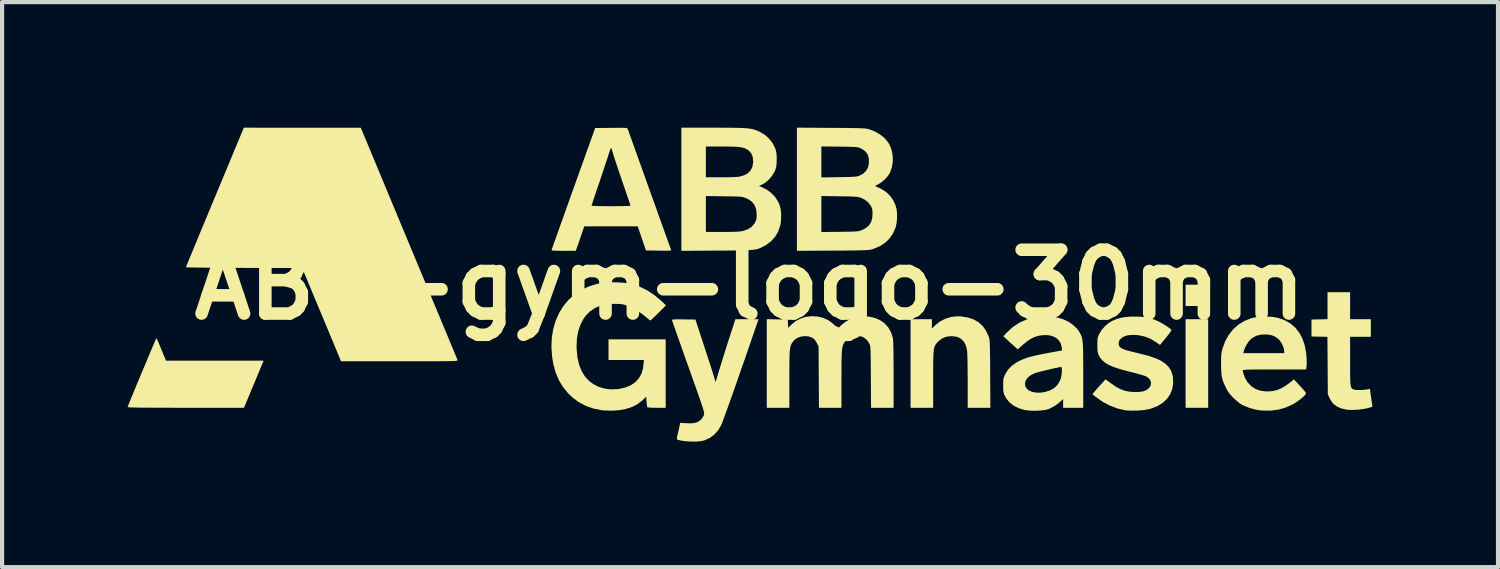
<source format=kicad_pcb>
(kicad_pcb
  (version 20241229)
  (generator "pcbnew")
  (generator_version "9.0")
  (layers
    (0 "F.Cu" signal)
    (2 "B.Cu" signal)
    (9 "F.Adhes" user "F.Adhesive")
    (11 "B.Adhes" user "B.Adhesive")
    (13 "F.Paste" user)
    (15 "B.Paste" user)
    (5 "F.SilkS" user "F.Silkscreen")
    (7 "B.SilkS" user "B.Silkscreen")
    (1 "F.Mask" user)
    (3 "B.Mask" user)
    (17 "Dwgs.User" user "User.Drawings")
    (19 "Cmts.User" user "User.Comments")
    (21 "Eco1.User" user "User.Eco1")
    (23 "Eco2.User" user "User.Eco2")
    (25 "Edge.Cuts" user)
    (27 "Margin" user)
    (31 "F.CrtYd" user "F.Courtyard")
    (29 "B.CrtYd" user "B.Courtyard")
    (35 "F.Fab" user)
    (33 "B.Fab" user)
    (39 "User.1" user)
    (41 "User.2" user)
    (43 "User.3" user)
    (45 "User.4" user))
  (footprint "ABB-gym-logo-30mm"
    (layer "F.Cu")
    (at 14.865 3.752)
    (property "Reference" "ABB-gym-logo-30mm" (at 0 0 0) (layer "F.SilkS") (effects (font (size 1.524 1.524) (thickness 0.3))))
    (attr board_only exclude_from_pos_files exclude_from_bom)
    (fp_poly (pts (xy 10.952 0.51) (xy 10.412 0.51) (xy 10.412 0) (xy 10.952 0)) (stroke (width 0) (type solid)) (fill yes) (layer "F.SilkS"))
    (fp_poly (pts (xy 10.952 2.941) (xy 10.412 2.941) (xy 10.412 0.825) (xy 10.952 0.825)) (stroke (width 0) (type solid)) (fill yes) (layer "F.SilkS"))
    (fp_poly (pts (xy -14.17 1.289) (xy -14.153 1.326) (xy -14.128 1.382) (xy -14.098 1.453) (xy -14.064 1.535) (xy -14.06 1.546) (xy -13.949 1.815) (xy -11.616 1.815) (xy -11.85 2.378) (xy -12.085 2.941) (xy -13.477 2.941) (xy -13.718 2.941) (xy -13.93 2.94) (xy -14.115 2.94) (xy -14.276 2.939) (xy -14.413 2.939) (xy -14.528 2.938) (xy -14.623 2.937) (xy -14.7 2.935) (xy -14.76 2.933) (xy -14.804 2.931) (xy -14.836 2.929) (xy -14.855 2.926) (xy -14.864 2.923) (xy -14.865 2.92) (xy -14.858 2.901) (xy -14.841 2.857) (xy -14.815 2.792) (xy -14.781 2.709) (xy -14.74 2.611) (xy -14.695 2.5) (xy -14.645 2.38) (xy -14.592 2.254) (xy -14.538 2.124) (xy -14.483 1.993) (xy -14.429 1.865) (xy -14.378 1.742) (xy -14.33 1.628) (xy -14.286 1.524) (xy -14.248 1.435) (xy -14.217 1.363) (xy -14.194 1.311) (xy -14.181 1.281) (xy -14.178 1.276)) (stroke (width 0) (type solid)) (fill yes) (layer "F.SilkS"))
    (fp_poly (pts (xy 14.343 0.825) (xy 14.838 0.825) (xy 14.838 1.245) (xy 14.343 1.245) (xy 14.343 1.824) (xy 14.343 1.979) (xy 14.343 2.108) (xy 14.345 2.212) (xy 14.347 2.295) (xy 14.351 2.359) (xy 14.357 2.407) (xy 14.365 2.441) (xy 14.376 2.466) (xy 14.39 2.482) (xy 14.407 2.494) (xy 14.428 2.504) (xy 14.433 2.505) (xy 14.47 2.513) (xy 14.528 2.517) (xy 14.597 2.516) (xy 14.67 2.512) (xy 14.738 2.505) (xy 14.778 2.497) (xy 14.816 2.488) (xy 14.876 2.914) (xy 14.839 2.928) (xy 14.763 2.95) (xy 14.667 2.969) (xy 14.56 2.983) (xy 14.452 2.991) (xy 14.351 2.993) (xy 14.268 2.988) (xy 14.259 2.986) (xy 14.132 2.957) (xy 14.028 2.911) (xy 13.945 2.848) (xy 13.881 2.764) (xy 13.854 2.713) (xy 13.81 2.618) (xy 13.806 1.932) (xy 13.801 1.246) (xy 13.611 1.242) (xy 13.42 1.238) (xy 13.42 0.833) (xy 13.611 0.828) (xy 13.803 0.824) (xy 13.803 0.18) (xy 14.343 0.18)) (stroke (width 0) (type solid)) (fill yes) (layer "F.SilkS"))
    (fp_poly (pts (xy 5.047 0.758) (xy 5.207 0.783) (xy 5.346 0.829) (xy 5.464 0.896) (xy 5.563 0.985) (xy 5.642 1.097) (xy 5.704 1.231) (xy 5.704 1.232) (xy 5.712 1.253) (xy 5.718 1.274) (xy 5.723 1.297) (xy 5.728 1.325) (xy 5.731 1.36) (xy 5.734 1.404) (xy 5.736 1.462) (xy 5.738 1.535) (xy 5.739 1.625) (xy 5.741 1.737) (xy 5.742 1.871) (xy 5.743 2.032) (xy 5.743 2.134) (xy 5.748 2.941) (xy 5.206 2.941) (xy 5.206 2.307) (xy 5.205 2.167) (xy 5.204 2.034) (xy 5.203 1.909) (xy 5.201 1.798) (xy 5.198 1.704) (xy 5.195 1.631) (xy 5.192 1.583) (xy 5.191 1.571) (xy 5.167 1.466) (xy 5.129 1.384) (xy 5.074 1.317) (xy 5.065 1.308) (xy 5.006 1.268) (xy 4.937 1.243) (xy 4.85 1.232) (xy 4.801 1.23) (xy 4.691 1.244) (xy 4.594 1.284) (xy 4.506 1.353) (xy 4.491 1.369) (xy 4.466 1.396) (xy 4.446 1.422) (xy 4.429 1.449) (xy 4.415 1.481) (xy 4.404 1.52) (xy 4.396 1.568) (xy 4.39 1.629) (xy 4.386 1.706) (xy 4.383 1.8) (xy 4.382 1.916) (xy 4.381 2.055) (xy 4.381 2.221) (xy 4.381 2.268) (xy 4.381 2.941) (xy 3.841 2.941) (xy 3.841 0.825) (xy 4.351 0.825) (xy 4.351 1.048) (xy 4.433 0.967) (xy 4.545 0.878) (xy 4.674 0.812) (xy 4.815 0.77) (xy 4.964 0.755)) (stroke (width 0) (type solid)) (fill yes) (layer "F.SilkS"))
    (fp_poly (pts (xy -9.294 -3.75) (xy -8.631 -2.156) (xy -8.532 -1.918) (xy -8.427 -1.667) (xy -8.319 -1.406) (xy -8.208 -1.141) (xy -8.097 -0.874) (xy -7.987 -0.61) (xy -7.879 -0.352) (xy -7.776 -0.105) (xy -7.679 0.128) (xy -7.59 0.342) (xy -7.51 0.534) (xy -7.48 0.605) (xy -7.406 0.782) (xy -7.335 0.953) (xy -7.268 1.114) (xy -7.206 1.262) (xy -7.15 1.398) (xy -7.1 1.517) (xy -7.059 1.618) (xy -7.025 1.699) (xy -7.001 1.758) (xy -6.987 1.793) (xy -6.984 1.801) (xy -6.983 1.806) (xy -6.984 1.81) (xy -6.989 1.814) (xy -7.001 1.817) (xy -7.02 1.82) (xy -7.049 1.823) (xy -7.089 1.825) (xy -7.142 1.826) (xy -7.209 1.827) (xy -7.294 1.828) (xy -7.397 1.829) (xy -7.52 1.83) (xy -7.665 1.83) (xy -7.834 1.83) (xy -8.029 1.83) (xy -8.251 1.83) (xy -8.371 1.83) (xy -9.768 1.83) (xy -9.781 1.797) (xy -9.789 1.778) (xy -9.807 1.733) (xy -9.835 1.665) (xy -9.872 1.577) (xy -9.917 1.469) (xy -9.969 1.344) (xy -10.027 1.205) (xy -10.09 1.054) (xy -10.157 0.892) (xy -10.228 0.722) (xy -10.245 0.683) (xy -10.695 -0.398) (xy -12.084 -0.401) (xy -12.285 -0.402) (xy -12.478 -0.403) (xy -12.659 -0.404) (xy -12.828 -0.405) (xy -12.982 -0.407) (xy -13.119 -0.408) (xy -13.236 -0.41) (xy -13.332 -0.411) (xy -13.405 -0.413) (xy -13.453 -0.414) (xy -13.472 -0.416) (xy -13.473 -0.416) (xy -13.467 -0.431) (xy -13.451 -0.472) (xy -13.424 -0.538) (xy -13.388 -0.626) (xy -13.343 -0.734) (xy -13.29 -0.862) (xy -13.23 -1.007) (xy -13.164 -1.168) (xy -13.091 -1.344) (xy -13.013 -1.531) (xy -12.931 -1.729) (xy -12.845 -1.936) (xy -12.781 -2.089) (xy -12.089 -3.751)) (stroke (width 0) (type solid)) (fill yes) (layer "F.SilkS"))
    (fp_poly (pts (xy 0.166 0.949) (xy 0.088 1.175) (xy 0.011 1.4) (xy -0.066 1.622) (xy -0.141 1.839) (xy -0.215 2.049) (xy -0.285 2.251) (xy -0.352 2.441) (xy -0.415 2.62) (xy -0.473 2.783) (xy -0.525 2.93) (xy -0.572 3.059) (xy -0.611 3.168) (xy -0.643 3.254) (xy -0.667 3.316) (xy -0.681 3.352) (xy -0.683 3.356) (xy -0.759 3.482) (xy -0.852 3.585) (xy -0.961 3.664) (xy -1.082 3.718) (xy -1.154 3.736) (xy -1.234 3.745) (xy -1.333 3.749) (xy -1.44 3.747) (xy -1.543 3.739) (xy -1.615 3.729) (xy -1.67 3.718) (xy -1.714 3.708) (xy -1.737 3.7) (xy -1.738 3.7) (xy -1.744 3.679) (xy -1.738 3.634) (xy -1.733 3.612) (xy -1.719 3.557) (xy -1.703 3.487) (xy -1.688 3.418) (xy -1.688 3.417) (xy -1.662 3.301) (xy -1.515 3.31) (xy -1.409 3.313) (xy -1.325 3.306) (xy -1.259 3.287) (xy -1.203 3.254) (xy -1.168 3.224) (xy -1.132 3.179) (xy -1.103 3.13) (xy -1.095 3.11) (xy -1.092 3.099) (xy -1.091 3.086) (xy -1.091 3.069) (xy -1.095 3.047) (xy -1.102 3.017) (xy -1.112 2.978) (xy -1.128 2.928) (xy -1.149 2.864) (xy -1.175 2.786) (xy -1.209 2.689) (xy -1.249 2.574) (xy -1.297 2.438) (xy -1.354 2.279) (xy -1.419 2.094) (xy -1.469 1.955) (xy -1.531 1.781) (xy -1.59 1.615) (xy -1.645 1.46) (xy -1.695 1.317) (xy -1.741 1.188) (xy -1.78 1.077) (xy -1.812 0.984) (xy -1.837 0.913) (xy -1.853 0.865) (xy -1.86 0.842) (xy -1.86 0.841) (xy -1.848 0.835) (xy -1.811 0.83) (xy -1.747 0.828) (xy -1.656 0.828) (xy -1.579 0.829) (xy -1.299 0.833) (xy -1.093 1.463) (xy -1.048 1.599) (xy -1.005 1.731) (xy -0.965 1.854) (xy -0.929 1.965) (xy -0.899 2.061) (xy -0.874 2.138) (xy -0.857 2.192) (xy -0.852 2.211) (xy -0.817 2.328) (xy -0.714 1.985) (xy -0.679 1.872) (xy -0.638 1.739) (xy -0.593 1.595) (xy -0.547 1.45) (xy -0.503 1.312) (xy -0.477 1.234) (xy -0.344 0.825) (xy 0.208 0.825)) (stroke (width 0) (type solid)) (fill yes) (layer "F.SilkS"))
    (fp_poly (pts (xy 1.618 0.76) (xy 1.749 0.791) (xy 1.87 0.845) (xy 1.976 0.922) (xy 2.018 0.962) (xy 2.052 1.001) (xy 2.069 1.025) (xy 2.09 1.064) (xy 2.174 0.978) (xy 2.287 0.885) (xy 2.414 0.816) (xy 2.553 0.772) (xy 2.701 0.755) (xy 2.853 0.764) (xy 2.989 0.795) (xy 3.115 0.849) (xy 3.223 0.926) (xy 3.31 1.023) (xy 3.376 1.14) (xy 3.418 1.275) (xy 3.42 1.289) (xy 3.424 1.322) (xy 3.427 1.383) (xy 3.43 1.47) (xy 3.432 1.58) (xy 3.434 1.711) (xy 3.435 1.861) (xy 3.436 2.027) (xy 3.436 2.155) (xy 3.436 2.941) (xy 2.897 2.941) (xy 2.892 2.209) (xy 2.891 2.042) (xy 2.89 1.902) (xy 2.889 1.786) (xy 2.888 1.693) (xy 2.886 1.618) (xy 2.884 1.56) (xy 2.881 1.516) (xy 2.878 1.482) (xy 2.873 1.457) (xy 2.868 1.437) (xy 2.861 1.42) (xy 2.857 1.41) (xy 2.815 1.343) (xy 2.76 1.287) (xy 2.699 1.248) (xy 2.663 1.237) (xy 2.59 1.231) (xy 2.509 1.235) (xy 2.432 1.249) (xy 2.38 1.267) (xy 2.335 1.298) (xy 2.291 1.34) (xy 2.279 1.355) (xy 2.259 1.383) (xy 2.242 1.41) (xy 2.229 1.439) (xy 2.218 1.473) (xy 2.209 1.514) (xy 2.203 1.565) (xy 2.198 1.63) (xy 2.194 1.71) (xy 2.192 1.809) (xy 2.191 1.929) (xy 2.191 2.074) (xy 2.19 2.246) (xy 2.19 2.941) (xy 1.652 2.941) (xy 1.643 1.476) (xy 1.598 1.388) (xy 1.564 1.331) (xy 1.529 1.292) (xy 1.487 1.265) (xy 1.404 1.236) (xy 1.314 1.228) (xy 1.223 1.24) (xy 1.138 1.27) (xy 1.068 1.317) (xy 1.028 1.363) (xy 1.009 1.391) (xy 0.994 1.419) (xy 0.981 1.448) (xy 0.971 1.482) (xy 0.963 1.523) (xy 0.956 1.574) (xy 0.952 1.638) (xy 0.949 1.718) (xy 0.947 1.817) (xy 0.946 1.937) (xy 0.945 2.082) (xy 0.945 2.253) (xy 0.945 2.941) (xy 0.405 2.941) (xy 0.405 0.824) (xy 0.656 0.829) (xy 0.908 0.833) (xy 0.916 1.032) (xy 0.998 0.95) (xy 1.102 0.867) (xy 1.221 0.806) (xy 1.35 0.767) (xy 1.484 0.752)) (stroke (width 0) (type solid)) (fill yes) (layer "F.SilkS"))
    (fp_poly (pts (xy -3.173 -0.056) (xy -3.048 -0.049) (xy -2.933 -0.036) (xy -2.836 -0.019) (xy -2.822 -0.016) (xy -2.638 0.045) (xy -2.456 0.133) (xy -2.281 0.248) (xy -2.12 0.383) (xy -2.003 0.493) (xy -2.183 0.674) (xy -2.243 0.734) (xy -2.296 0.785) (xy -2.338 0.825) (xy -2.366 0.849) (xy -2.376 0.855) (xy -2.392 0.846) (xy -2.424 0.821) (xy -2.465 0.786) (xy -2.466 0.785) (xy -2.562 0.707) (xy -2.673 0.631) (xy -2.788 0.565) (xy -2.897 0.514) (xy -2.925 0.504) (xy -2.98 0.485) (xy -3.025 0.472) (xy -3.07 0.464) (xy -3.122 0.46) (xy -3.189 0.459) (xy -3.256 0.459) (xy -3.345 0.46) (xy -3.412 0.463) (xy -3.464 0.469) (xy -3.51 0.479) (xy -3.555 0.494) (xy -3.699 0.557) (xy -3.819 0.638) (xy -3.919 0.74) (xy -3.973 0.814) (xy -4.047 0.956) (xy -4.099 1.11) (xy -4.13 1.279) (xy -4.139 1.467) (xy -4.136 1.551) (xy -4.117 1.745) (xy -4.077 1.917) (xy -4.017 2.067) (xy -3.937 2.196) (xy -3.836 2.304) (xy -3.744 2.373) (xy -3.618 2.438) (xy -3.476 2.481) (xy -3.323 2.501) (xy -3.166 2.496) (xy -3.133 2.492) (xy -2.981 2.459) (xy -2.849 2.406) (xy -2.741 2.333) (xy -2.654 2.241) (xy -2.591 2.131) (xy -2.552 2.002) (xy -2.54 1.909) (xy -2.531 1.8) (xy -3.376 1.8) (xy -3.376 1.305) (xy -2.01 1.305) (xy -2.01 2.941) (xy -2.228 2.941) (xy -2.321 2.94) (xy -2.386 2.937) (xy -2.427 2.933) (xy -2.448 2.926) (xy -2.452 2.922) (xy -2.456 2.898) (xy -2.462 2.854) (xy -2.467 2.798) (xy -2.468 2.791) (xy -2.477 2.678) (xy -2.563 2.761) (xy -2.679 2.851) (xy -2.812 2.921) (xy -2.966 2.971) (xy -3.14 3) (xy -3.256 3.008) (xy -3.338 3.009) (xy -3.422 3.007) (xy -3.495 3.003) (xy -3.533 3) (xy -3.733 2.96) (xy -3.914 2.898) (xy -4.079 2.812) (xy -4.229 2.702) (xy -4.337 2.599) (xy -4.461 2.448) (xy -4.562 2.281) (xy -4.64 2.097) (xy -4.695 1.893) (xy -4.724 1.718) (xy -4.74 1.486) (xy -4.73 1.265) (xy -4.696 1.056) (xy -4.638 0.86) (xy -4.558 0.678) (xy -4.456 0.513) (xy -4.334 0.366) (xy -4.192 0.238) (xy -4.032 0.13) (xy -3.854 0.045) (xy -3.66 -0.017) (xy -3.512 -0.046) (xy -3.414 -0.055) (xy -3.298 -0.058)) (stroke (width 0) (type solid)) (fill yes) (layer "F.SilkS"))
    (fp_poly (pts (xy 12.509 0.772) (xy 12.62 0.793) (xy 12.622 0.793) (xy 12.779 0.849) (xy 12.916 0.926) (xy 13.033 1.026) (xy 13.129 1.148) (xy 13.205 1.29) (xy 13.26 1.454) (xy 13.294 1.639) (xy 13.303 1.74) (xy 13.306 1.813) (xy 13.306 1.883) (xy 13.303 1.939) (xy 13.301 1.955) (xy 13.291 2.025) (xy 12.534 2.025) (xy 12.361 2.026) (xy 12.215 2.026) (xy 12.095 2.027) (xy 11.998 2.028) (xy 11.922 2.029) (xy 11.865 2.031) (xy 11.824 2.034) (xy 11.798 2.037) (xy 11.783 2.041) (xy 11.777 2.045) (xy 11.777 2.046) (xy 11.785 2.092) (xy 11.804 2.154) (xy 11.831 2.221) (xy 11.863 2.284) (xy 11.893 2.332) (xy 11.982 2.425) (xy 12.085 2.492) (xy 12.203 2.534) (xy 12.337 2.55) (xy 12.362 2.551) (xy 12.484 2.543) (xy 12.595 2.518) (xy 12.703 2.474) (xy 12.813 2.407) (xy 12.904 2.339) (xy 13 2.263) (xy 13.124 2.395) (xy 13.189 2.465) (xy 13.235 2.516) (xy 13.265 2.553) (xy 13.281 2.579) (xy 13.287 2.598) (xy 13.284 2.613) (xy 13.282 2.617) (xy 13.258 2.646) (xy 13.216 2.686) (xy 13.161 2.731) (xy 13.099 2.778) (xy 13.038 2.82) (xy 12.993 2.848) (xy 12.818 2.93) (xy 12.637 2.984) (xy 12.447 3.009) (xy 12.247 3.007) (xy 12.162 2.999) (xy 12.052 2.977) (xy 11.933 2.942) (xy 11.819 2.898) (xy 11.747 2.862) (xy 11.7 2.83) (xy 11.642 2.784) (xy 11.582 2.731) (xy 11.551 2.702) (xy 11.485 2.631) (xy 11.435 2.566) (xy 11.392 2.495) (xy 11.375 2.46) (xy 11.334 2.373) (xy 11.304 2.296) (xy 11.283 2.222) (xy 11.27 2.143) (xy 11.263 2.052) (xy 11.26 1.941) (xy 11.26 1.89) (xy 11.261 1.792) (xy 11.263 1.716) (xy 11.267 1.656) (xy 11.27 1.635) (xy 11.792 1.635) (xy 12.768 1.635) (xy 12.768 1.578) (xy 12.758 1.522) (xy 12.733 1.455) (xy 12.699 1.387) (xy 12.659 1.328) (xy 12.63 1.298) (xy 12.558 1.246) (xy 12.484 1.212) (xy 12.399 1.194) (xy 12.332 1.189) (xy 12.208 1.193) (xy 12.101 1.221) (xy 12.007 1.273) (xy 11.962 1.309) (xy 11.915 1.364) (xy 11.868 1.436) (xy 11.828 1.514) (xy 11.803 1.586) (xy 11.801 1.594) (xy 11.792 1.635) (xy 11.27 1.635) (xy 11.275 1.606) (xy 11.285 1.558) (xy 11.295 1.524) (xy 11.358 1.352) (xy 11.443 1.199) (xy 11.549 1.066) (xy 11.674 0.955) (xy 11.817 0.867) (xy 11.977 0.803) (xy 12.013 0.793) (xy 12.122 0.772) (xy 12.249 0.762) (xy 12.381 0.762)) (stroke (width 0) (type solid)) (fill yes) (layer "F.SilkS"))
    (fp_poly (pts (xy -3.036 -3.748) (xy -2.987 -3.747) (xy -2.955 -3.744) (xy -2.935 -3.739) (xy -2.924 -3.733) (xy -2.919 -3.725) (xy -2.919 -3.725) (xy -2.912 -3.707) (xy -2.896 -3.663) (xy -2.872 -3.595) (xy -2.839 -3.504) (xy -2.799 -3.393) (xy -2.753 -3.263) (xy -2.7 -3.117) (xy -2.643 -2.956) (xy -2.58 -2.782) (xy -2.514 -2.597) (xy -2.445 -2.403) (xy -2.401 -2.28) (xy -2.33 -2.082) (xy -2.261 -1.892) (xy -2.197 -1.711) (xy -2.136 -1.542) (xy -2.08 -1.386) (xy -2.03 -1.246) (xy -1.986 -1.123) (xy -1.949 -1.019) (xy -1.919 -0.937) (xy -1.898 -0.878) (xy -1.885 -0.844) (xy -1.882 -0.836) (xy -1.881 -0.827) (xy -1.885 -0.821) (xy -1.901 -0.816) (xy -1.93 -0.813) (xy -1.977 -0.812) (xy -2.046 -0.812) (xy -2.139 -0.813) (xy -2.177 -0.814) (xy -2.481 -0.818) (xy -2.58 -1.106) (xy -2.678 -1.395) (xy -3.317 -1.395) (xy -3.955 -1.395) (xy -4.028 -1.181) (xy -4.056 -1.099) (xy -4.083 -1.019) (xy -4.107 -0.95) (xy -4.125 -0.9) (xy -4.129 -0.889) (xy -4.158 -0.81) (xy -4.45 -0.81) (xy -4.551 -0.81) (xy -4.625 -0.811) (xy -4.677 -0.813) (xy -4.71 -0.816) (xy -4.728 -0.82) (xy -4.735 -0.827) (xy -4.735 -0.835) (xy -4.734 -0.836) (xy -4.728 -0.854) (xy -4.713 -0.898) (xy -4.688 -0.966) (xy -4.656 -1.057) (xy -4.616 -1.168) (xy -4.57 -1.298) (xy -4.518 -1.445) (xy -4.46 -1.606) (xy -4.397 -1.781) (xy -4.359 -1.889) (xy -3.781 -1.889) (xy -3.766 -1.885) (xy -3.725 -1.882) (xy -3.659 -1.88) (xy -3.573 -1.877) (xy -3.468 -1.876) (xy -3.349 -1.875) (xy -3.316 -1.875) (xy -3.201 -1.876) (xy -3.097 -1.877) (xy -3.006 -1.879) (xy -2.933 -1.881) (xy -2.881 -1.884) (xy -2.854 -1.887) (xy -2.851 -1.888) (xy -2.855 -1.905) (xy -2.869 -1.947) (xy -2.89 -2.01) (xy -2.918 -2.092) (xy -2.951 -2.189) (xy -2.988 -2.298) (xy -3.023 -2.399) (xy -3.066 -2.525) (xy -3.109 -2.649) (xy -3.149 -2.768) (xy -3.185 -2.876) (xy -3.216 -2.969) (xy -3.239 -3.041) (xy -3.249 -3.073) (xy -3.27 -3.143) (xy -3.289 -3.203) (xy -3.303 -3.248) (xy -3.31 -3.271) (xy -3.31 -3.271) (xy -3.317 -3.265) (xy -3.331 -3.235) (xy -3.35 -3.186) (xy -3.372 -3.12) (xy -3.383 -3.083) (xy -3.405 -3.016) (xy -3.434 -2.926) (xy -3.47 -2.819) (xy -3.51 -2.699) (xy -3.552 -2.573) (xy -3.595 -2.446) (xy -3.615 -2.388) (xy -3.654 -2.273) (xy -3.69 -2.167) (xy -3.721 -2.073) (xy -3.747 -1.995) (xy -3.766 -1.936) (xy -3.778 -1.9) (xy -3.781 -1.889) (xy -4.359 -1.889) (xy -4.331 -1.966) (xy -4.262 -2.161) (xy -4.211 -2.303) (xy -3.695 -3.743) (xy -3.312 -3.747) (xy -3.195 -3.748) (xy -3.104 -3.749)) (stroke (width 0) (type solid)) (fill yes) (layer "F.SilkS"))
    (fp_poly (pts (xy -0.682 -3.751) (xy -0.521 -3.75) (xy -0.384 -3.749) (xy -0.27 -3.747) (xy -0.174 -3.743) (xy -0.094 -3.739) (xy -0.027 -3.732) (xy 0.03 -3.724) (xy 0.078 -3.713) (xy 0.122 -3.701) (xy 0.164 -3.685) (xy 0.207 -3.667) (xy 0.237 -3.653) (xy 0.357 -3.582) (xy 0.461 -3.49) (xy 0.545 -3.382) (xy 0.605 -3.263) (xy 0.63 -3.179) (xy 0.639 -3.12) (xy 0.643 -3.043) (xy 0.643 -2.96) (xy 0.643 -2.947) (xy 0.638 -2.871) (xy 0.631 -2.815) (xy 0.618 -2.767) (xy 0.598 -2.716) (xy 0.589 -2.696) (xy 0.529 -2.596) (xy 0.451 -2.506) (xy 0.361 -2.432) (xy 0.3 -2.397) (xy 0.218 -2.358) (xy 0.263 -2.341) (xy 0.4 -2.274) (xy 0.518 -2.187) (xy 0.615 -2.082) (xy 0.688 -1.962) (xy 0.722 -1.874) (xy 0.74 -1.788) (xy 0.749 -1.684) (xy 0.748 -1.573) (xy 0.738 -1.467) (xy 0.727 -1.412) (xy 0.679 -1.272) (xy 0.606 -1.147) (xy 0.51 -1.039) (xy 0.393 -0.951) (xy 0.352 -0.928) (xy 0.31 -0.906) (xy 0.273 -0.887) (xy 0.237 -0.871) (xy 0.201 -0.858) (xy 0.161 -0.847) (xy 0.114 -0.839) (xy 0.059 -0.832) (xy -0.007 -0.827) (xy -0.088 -0.823) (xy -0.186 -0.82) (xy -0.303 -0.818) (xy -0.442 -0.816) (xy -0.607 -0.815) (xy -0.784 -0.814) (xy -1.635 -0.809) (xy -1.635 -2.118) (xy -1.05 -2.118) (xy -1.05 -1.26) (xy -0.659 -1.26) (xy -0.527 -1.261) (xy -0.42 -1.262) (xy -0.335 -1.265) (xy -0.268 -1.269) (xy -0.215 -1.275) (xy -0.171 -1.282) (xy -0.164 -1.284) (xy -0.051 -1.322) (xy 0.039 -1.378) (xy 0.106 -1.454) (xy 0.124 -1.485) (xy 0.147 -1.534) (xy 0.159 -1.58) (xy 0.164 -1.635) (xy 0.165 -1.678) (xy 0.153 -1.794) (xy 0.119 -1.892) (xy 0.06 -1.972) (xy -0.024 -2.035) (xy -0.1 -2.072) (xy -0.127 -2.082) (xy -0.154 -2.09) (xy -0.184 -2.096) (xy -0.222 -2.101) (xy -0.272 -2.104) (xy -0.337 -2.107) (xy -0.421 -2.109) (xy -0.529 -2.111) (xy -0.619 -2.112) (xy -1.05 -2.118) (xy -1.635 -2.118) (xy -1.635 -2.566) (xy -1.05 -2.566) (xy -0.693 -2.566) (xy -0.586 -2.566) (xy -0.485 -2.568) (xy -0.393 -2.571) (xy -0.318 -2.575) (xy -0.264 -2.579) (xy -0.247 -2.582) (xy -0.134 -2.614) (xy -0.044 -2.665) (xy 0.021 -2.733) (xy 0.063 -2.819) (xy 0.08 -2.923) (xy 0.08 -2.949) (xy 0.07 -3.05) (xy 0.039 -3.13) (xy -0.014 -3.195) (xy -0.06 -3.229) (xy -0.097 -3.249) (xy -0.137 -3.265) (xy -0.184 -3.278) (xy -0.241 -3.287) (xy -0.312 -3.294) (xy -0.402 -3.298) (xy -0.513 -3.3) (xy -0.65 -3.301) (xy -0.67 -3.301) (xy -1.05 -3.301) (xy -1.05 -2.566) (xy -1.635 -2.566) (xy -1.635 -3.751) (xy -0.87 -3.751)) (stroke (width 0) (type solid)) (fill yes) (layer "F.SilkS"))
    (fp_poly (pts (xy 7.186 0.765) (xy 7.299 0.776) (xy 7.351 0.786) (xy 7.493 0.828) (xy 7.622 0.89) (xy 7.735 0.97) (xy 7.828 1.064) (xy 7.872 1.127) (xy 7.892 1.161) (xy 7.909 1.193) (xy 7.923 1.226) (xy 7.935 1.262) (xy 7.944 1.304) (xy 7.951 1.354) (xy 7.957 1.416) (xy 7.961 1.492) (xy 7.964 1.585) (xy 7.965 1.698) (xy 7.966 1.833) (xy 7.967 1.992) (xy 7.967 2.164) (xy 7.967 2.941) (xy 7.486 2.941) (xy 7.486 2.731) (xy 7.426 2.789) (xy 7.312 2.881) (xy 7.181 2.954) (xy 7.132 2.974) (xy 7.063 2.992) (xy 6.973 3.004) (xy 6.871 3.011) (xy 6.764 3.012) (xy 6.662 3.006) (xy 6.573 2.994) (xy 6.564 2.993) (xy 6.427 2.952) (xy 6.307 2.892) (xy 6.206 2.813) (xy 6.128 2.719) (xy 6.094 2.658) (xy 6.076 2.617) (xy 6.064 2.578) (xy 6.057 2.535) (xy 6.054 2.478) (xy 6.054 2.408) (xy 6.054 2.364) (xy 6.574 2.364) (xy 6.583 2.429) (xy 6.616 2.484) (xy 6.671 2.528) (xy 6.744 2.56) (xy 6.833 2.578) (xy 6.936 2.58) (xy 7.05 2.565) (xy 7.054 2.564) (xy 7.176 2.525) (xy 7.277 2.466) (xy 7.356 2.388) (xy 7.412 2.291) (xy 7.433 2.228) (xy 7.445 2.171) (xy 7.453 2.111) (xy 7.456 2.052) (xy 7.455 2.004) (xy 7.449 1.973) (xy 7.442 1.965) (xy 7.415 1.969) (xy 7.364 1.979) (xy 7.296 1.993) (xy 7.216 2.011) (xy 7.13 2.031) (xy 7.043 2.052) (xy 6.961 2.072) (xy 6.89 2.091) (xy 6.836 2.106) (xy 6.806 2.116) (xy 6.72 2.158) (xy 6.65 2.211) (xy 6.602 2.271) (xy 6.592 2.291) (xy 6.574 2.364) (xy 6.054 2.364) (xy 6.054 2.333) (xy 6.057 2.279) (xy 6.064 2.238) (xy 6.076 2.199) (xy 6.096 2.155) (xy 6.102 2.141) (xy 6.172 2.028) (xy 6.267 1.931) (xy 6.387 1.849) (xy 6.405 1.84) (xy 6.464 1.81) (xy 6.523 1.783) (xy 6.585 1.759) (xy 6.653 1.737) (xy 6.732 1.715) (xy 6.825 1.693) (xy 6.935 1.669) (xy 7.066 1.643) (xy 7.223 1.614) (xy 7.274 1.604) (xy 7.46 1.571) (xy 7.453 1.502) (xy 7.431 1.407) (xy 7.384 1.329) (xy 7.316 1.269) (xy 7.228 1.227) (xy 7.123 1.206) (xy 7.002 1.206) (xy 6.993 1.207) (xy 6.896 1.222) (xy 6.807 1.248) (xy 6.722 1.289) (xy 6.633 1.347) (xy 6.535 1.426) (xy 6.501 1.456) (xy 6.401 1.544) (xy 6.34 1.489) (xy 6.301 1.454) (xy 6.249 1.407) (xy 6.192 1.356) (xy 6.168 1.333) (xy 6.057 1.232) (xy 6.146 1.139) (xy 6.287 1.01) (xy 6.443 0.907) (xy 6.614 0.83) (xy 6.729 0.794) (xy 6.824 0.775) (xy 6.939 0.764) (xy 7.063 0.761)) (stroke (width 0) (type solid)) (fill yes) (layer "F.SilkS"))
    (fp_poly (pts (xy 9.334 0.765) (xy 9.451 0.777) (xy 9.556 0.798) (xy 9.66 0.832) (xy 9.766 0.878) (xy 9.823 0.908) (xy 9.886 0.945) (xy 9.95 0.984) (xy 10.006 1.023) (xy 10.05 1.056) (xy 10.074 1.079) (xy 10.075 1.081) (xy 10.069 1.097) (xy 10.047 1.132) (xy 10.012 1.18) (xy 9.966 1.238) (xy 9.945 1.264) (xy 9.896 1.324) (xy 9.853 1.376) (xy 9.822 1.414) (xy 9.805 1.435) (xy 9.803 1.438) (xy 9.79 1.432) (xy 9.76 1.412) (xy 9.719 1.383) (xy 9.719 1.382) (xy 9.58 1.296) (xy 9.429 1.236) (xy 9.27 1.205) (xy 9.175 1.2) (xy 9.078 1.204) (xy 9.002 1.216) (xy 8.939 1.239) (xy 8.895 1.265) (xy 8.84 1.315) (xy 8.814 1.374) (xy 8.816 1.439) (xy 8.829 1.472) (xy 8.854 1.5) (xy 8.893 1.526) (xy 8.95 1.55) (xy 9.028 1.575) (xy 9.132 1.602) (xy 9.182 1.614) (xy 9.274 1.636) (xy 9.368 1.659) (xy 9.454 1.681) (xy 9.524 1.7) (xy 9.542 1.706) (xy 9.701 1.76) (xy 9.831 1.822) (xy 9.936 1.893) (xy 10.015 1.974) (xy 10.07 2.067) (xy 10.103 2.172) (xy 10.11 2.215) (xy 10.115 2.362) (xy 10.093 2.496) (xy 10.044 2.618) (xy 9.97 2.726) (xy 9.871 2.819) (xy 9.749 2.896) (xy 9.604 2.955) (xy 9.545 2.972) (xy 9.464 2.988) (xy 9.362 3) (xy 9.251 3.008) (xy 9.14 3.01) (xy 9.039 3.007) (xy 8.964 3) (xy 8.781 2.957) (xy 8.6 2.888) (xy 8.424 2.794) (xy 8.262 2.678) (xy 8.237 2.658) (xy 8.185 2.614) (xy 8.255 2.533) (xy 8.3 2.482) (xy 8.355 2.42) (xy 8.408 2.362) (xy 8.412 2.357) (xy 8.5 2.261) (xy 8.623 2.352) (xy 8.74 2.433) (xy 8.847 2.492) (xy 8.951 2.532) (xy 9.059 2.555) (xy 9.177 2.565) (xy 9.213 2.565) (xy 9.324 2.561) (xy 9.411 2.545) (xy 9.478 2.518) (xy 9.531 2.477) (xy 9.541 2.466) (xy 9.579 2.405) (xy 9.588 2.342) (xy 9.569 2.282) (xy 9.524 2.228) (xy 9.468 2.191) (xy 9.437 2.179) (xy 9.382 2.162) (xy 9.308 2.14) (xy 9.22 2.116) (xy 9.123 2.091) (xy 9.078 2.08) (xy 8.909 2.036) (xy 8.767 1.993) (xy 8.65 1.95) (xy 8.554 1.904) (xy 8.477 1.856) (xy 8.416 1.802) (xy 8.369 1.742) (xy 8.336 1.683) (xy 8.322 1.646) (xy 8.312 1.607) (xy 8.307 1.559) (xy 8.304 1.493) (xy 8.304 1.44) (xy 8.305 1.364) (xy 8.307 1.31) (xy 8.313 1.268) (xy 8.324 1.232) (xy 8.341 1.192) (xy 8.353 1.168) (xy 8.414 1.072) (xy 8.495 0.982) (xy 8.59 0.906) (xy 8.664 0.863) (xy 8.765 0.821) (xy 8.867 0.791) (xy 8.978 0.773) (xy 9.106 0.763) (xy 9.197 0.762)) (stroke (width 0) (type solid)) (fill yes) (layer "F.SilkS"))
    (fp_poly (pts (xy 1.939 -3.747) (xy 2.119 -3.746) (xy 2.272 -3.745) (xy 2.399 -3.743) (xy 2.505 -3.742) (xy 2.591 -3.74) (xy 2.66 -3.737) (xy 2.714 -3.735) (xy 2.757 -3.731) (xy 2.79 -3.727) (xy 2.817 -3.722) (xy 2.839 -3.717) (xy 2.843 -3.716) (xy 2.986 -3.661) (xy 3.114 -3.588) (xy 3.222 -3.5) (xy 3.306 -3.398) (xy 3.335 -3.35) (xy 3.386 -3.226) (xy 3.413 -3.091) (xy 3.417 -2.952) (xy 3.397 -2.815) (xy 3.355 -2.689) (xy 3.344 -2.667) (xy 3.294 -2.592) (xy 3.226 -2.516) (xy 3.147 -2.448) (xy 3.072 -2.401) (xy 3.025 -2.376) (xy 3.003 -2.36) (xy 3.003 -2.35) (xy 3.01 -2.347) (xy 3.092 -2.313) (xy 3.177 -2.267) (xy 3.254 -2.215) (xy 3.298 -2.178) (xy 3.373 -2.096) (xy 3.43 -2.01) (xy 3.478 -1.906) (xy 3.481 -1.898) (xy 3.505 -1.811) (xy 3.517 -1.706) (xy 3.518 -1.592) (xy 3.508 -1.48) (xy 3.487 -1.379) (xy 3.485 -1.372) (xy 3.426 -1.232) (xy 3.344 -1.11) (xy 3.239 -1.006) (xy 3.112 -0.922) (xy 2.963 -0.859) (xy 2.918 -0.845) (xy 2.896 -0.839) (xy 2.87 -0.834) (xy 2.838 -0.83) (xy 2.797 -0.827) (xy 2.744 -0.824) (xy 2.677 -0.822) (xy 2.594 -0.82) (xy 2.492 -0.818) (xy 2.369 -0.817) (xy 2.222 -0.815) (xy 2.047 -0.814) (xy 1.977 -0.814) (xy 1.125 -0.809) (xy 1.125 -2.118) (xy 1.71 -2.118) (xy 1.71 -1.258) (xy 2.149 -1.263) (xy 2.276 -1.265) (xy 2.377 -1.267) (xy 2.456 -1.269) (xy 2.517 -1.272) (xy 2.563 -1.275) (xy 2.598 -1.28) (xy 2.627 -1.287) (xy 2.653 -1.295) (xy 2.676 -1.304) (xy 2.776 -1.355) (xy 2.85 -1.42) (xy 2.9 -1.5) (xy 2.927 -1.599) (xy 2.932 -1.688) (xy 2.931 -1.754) (xy 2.925 -1.802) (xy 2.911 -1.843) (xy 2.89 -1.885) (xy 2.827 -1.969) (xy 2.739 -2.036) (xy 2.648 -2.079) (xy 2.622 -2.087) (xy 2.592 -2.094) (xy 2.553 -2.099) (xy 2.503 -2.103) (xy 2.436 -2.106) (xy 2.351 -2.109) (xy 2.241 -2.111) (xy 2.142 -2.112) (xy 1.71 -2.118) (xy 1.125 -2.118) (xy 1.125 -3.303) (xy 1.71 -3.303) (xy 1.71 -2.563) (xy 2.127 -2.569) (xy 2.255 -2.571) (xy 2.357 -2.573) (xy 2.436 -2.576) (xy 2.497 -2.58) (xy 2.542 -2.585) (xy 2.576 -2.59) (xy 2.603 -2.598) (xy 2.609 -2.6) (xy 2.705 -2.65) (xy 2.776 -2.717) (xy 2.823 -2.8) (xy 2.846 -2.903) (xy 2.846 -2.909) (xy 2.844 -3.016) (xy 2.817 -3.107) (xy 2.764 -3.182) (xy 2.685 -3.241) (xy 2.652 -3.257) (xy 2.628 -3.268) (xy 2.604 -3.276) (xy 2.578 -3.282) (xy 2.544 -3.287) (xy 2.499 -3.291) (xy 2.439 -3.293) (xy 2.361 -3.295) (xy 2.26 -3.297) (xy 2.142 -3.298) (xy 1.71 -3.303) (xy 1.125 -3.303) (xy 1.125 -3.752)) (stroke (width 0) (type solid)) (fill yes) (layer "F.SilkS")))
  (gr_rect
    (start -3 -3)
    (end 32.742 10.501)
    (stroke (width 0.1) (type default))
    (fill no)
    (layer "Edge.Cuts")))
</source>
